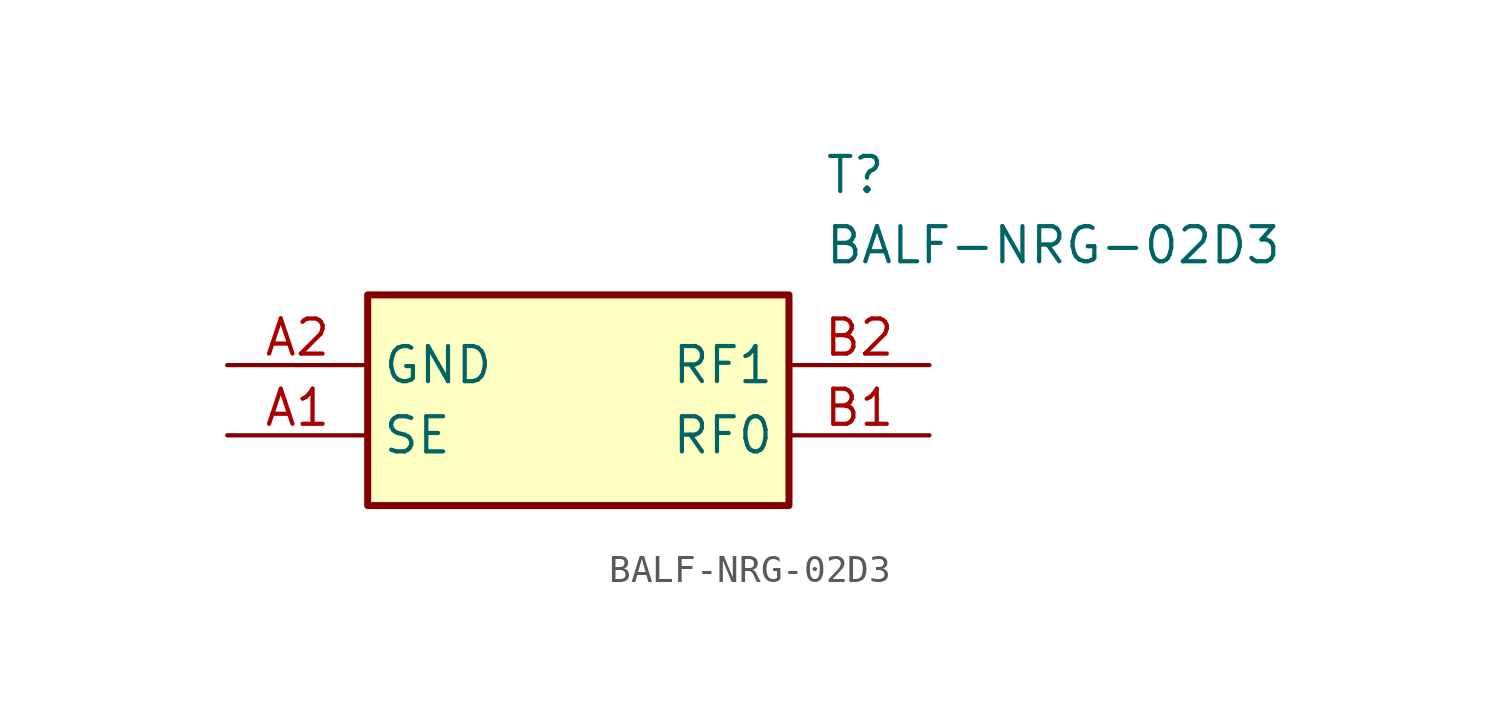
<source format=kicad_sym>
(kicad_symbol_lib
  (version 20211014)
  (generator SamacSys_ECAD_Model)
  (symbol "BALF-NRG-02D3"
    (property "Reference" "T"
      (at 21.59 7.62 0)
      (effects (font (size 1.27 1.27)) (justify left top)))
    (property "Value" "BALF-NRG-02D3"
      (at 21.59 5.08 0)
      (effects (font (size 1.27 1.27)) (justify left top)))
    (rectangle
      (start 5.08 2.54)
      (end 20.32 -5.08)
      (stroke (width 0.254) (type default))
      (fill (type background)))
    (pin passive line
      (at 0 -2.54 0)
      (length 5.08)
      (name "SE" (effects (font (size 1.27 1.27))))
      (number "A1" (effects (font (size 1.27 1.27)))))
    (pin passive line
      (at 0 0 0)
      (length 5.08)
      (name "GND" (effects (font (size 1.27 1.27))))
      (number "A2" (effects (font (size 1.27 1.27)))))
    (pin passive line
      (at 25.4 -2.54 180)
      (length 5.08)
      (name "RF0" (effects (font (size 1.27 1.27))))
      (number "B1" (effects (font (size 1.27 1.27)))))
    (pin passive line
      (at 25.4 0 180)
      (length 5.08)
      (name "RF1" (effects (font (size 1.27 1.27))))
      (number "B2" (effects (font (size 1.27 1.27)))))))
</source>
